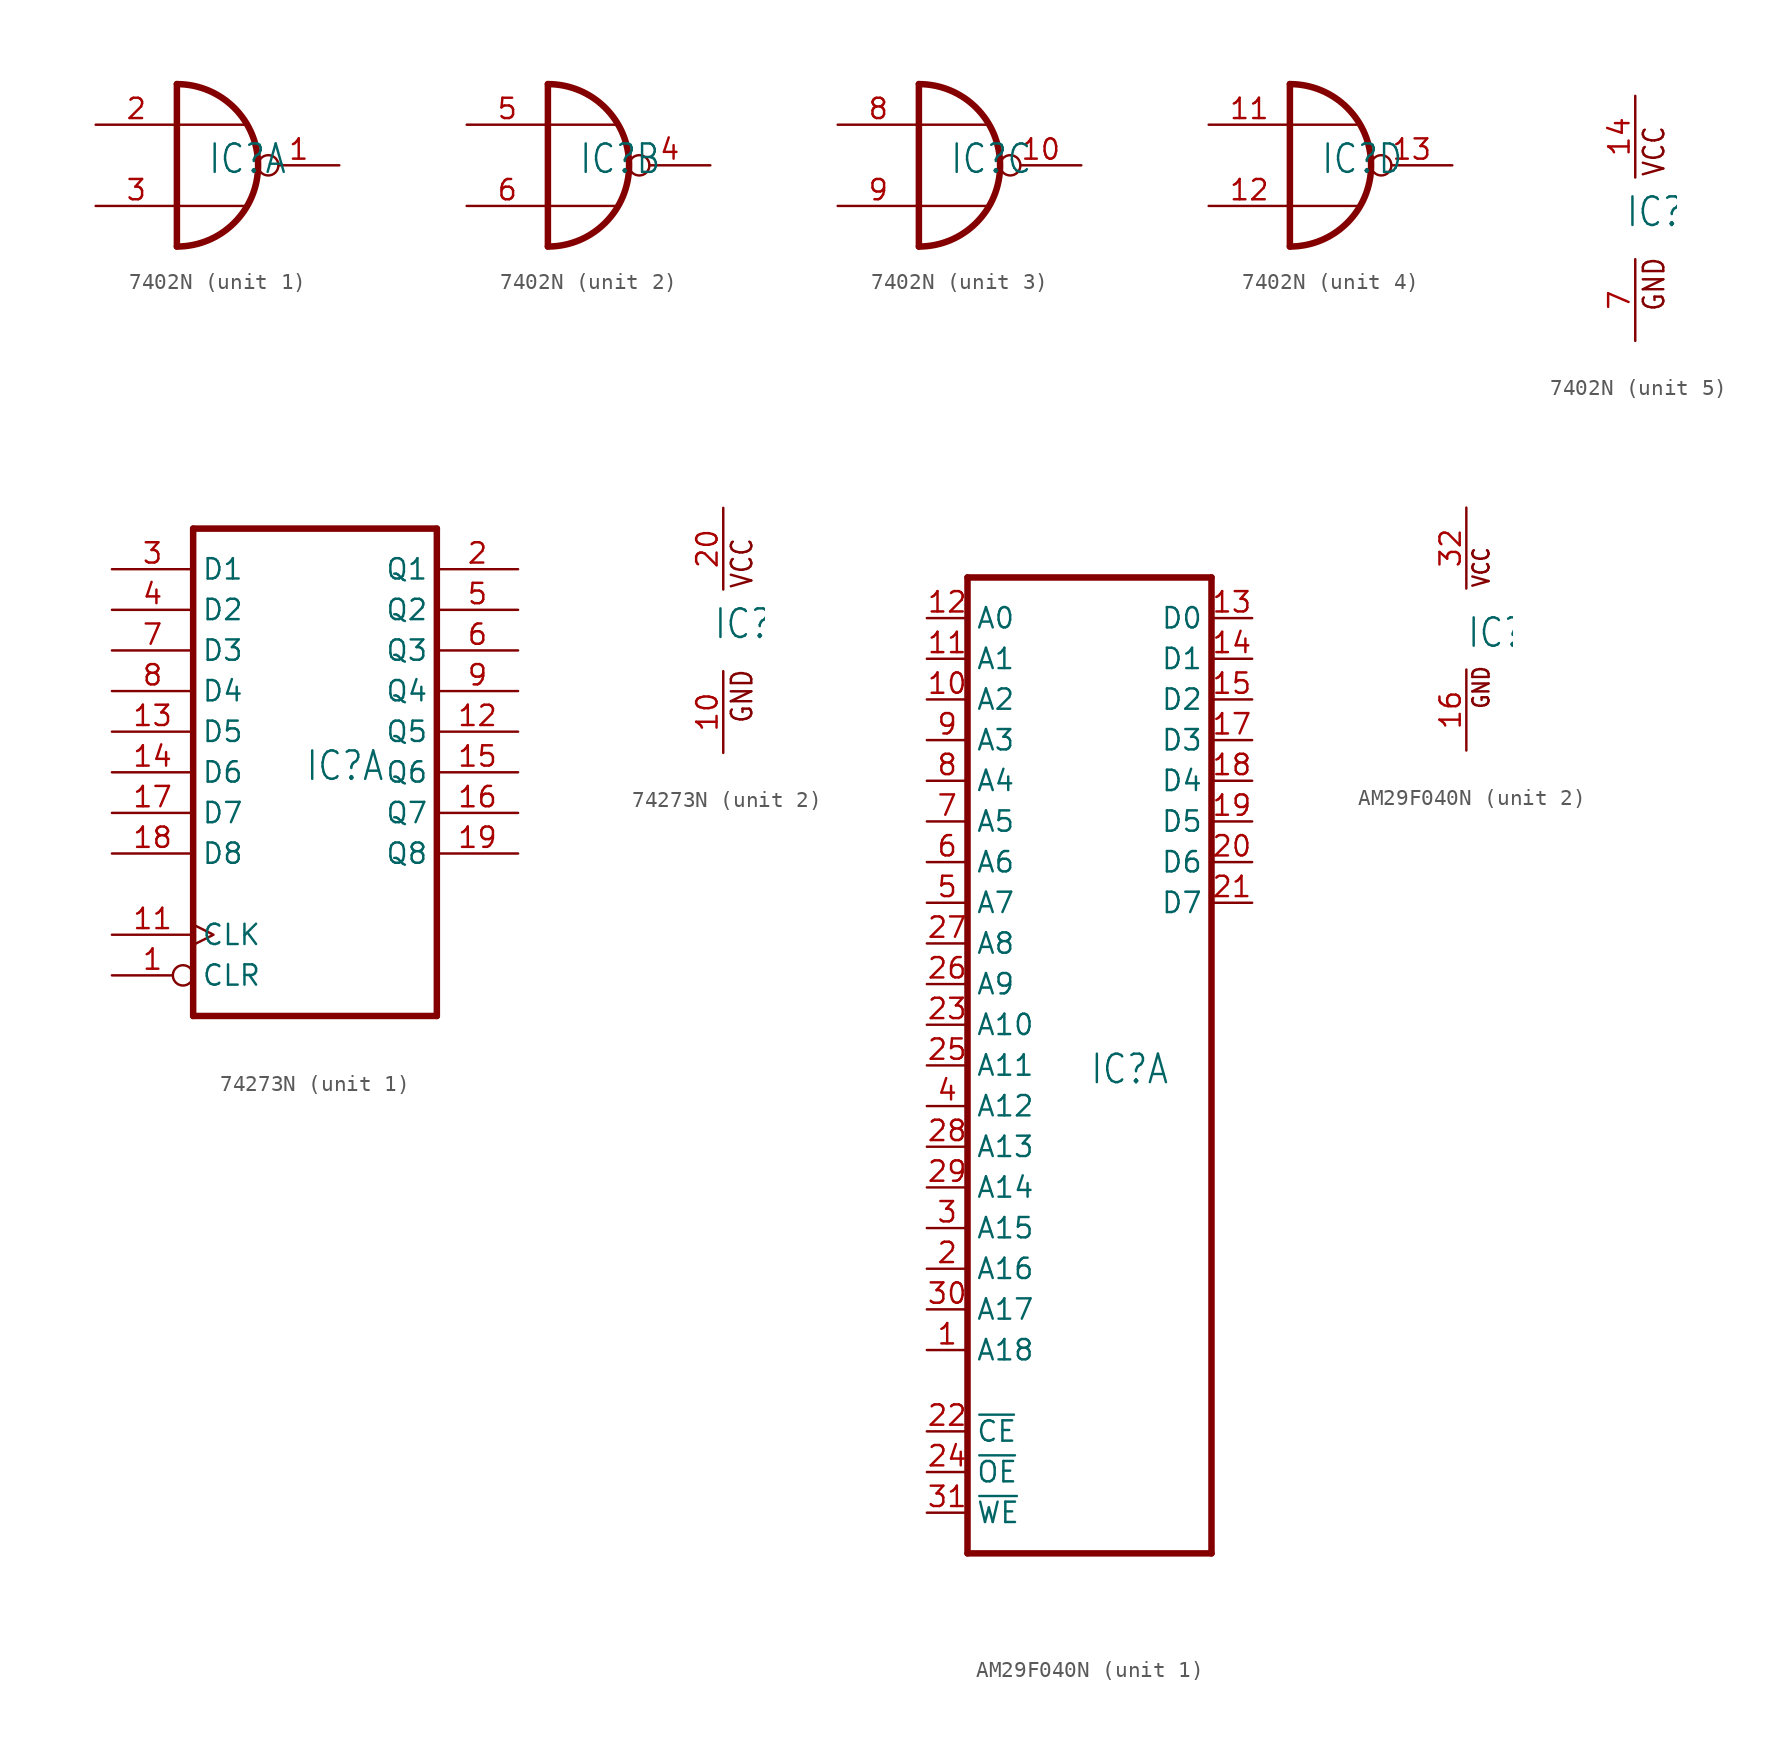
<source format=kicad_sym>
(kicad_symbol_lib
  (version 20211014)
  (generator kicad_symbol_editor)
  (symbol "7402N"
    (property "Reference" "IC"
      (at -0.635 -0.635 0)
      (effects (font (size 1.778 1.511)) (justify left bottom)))
    (property "ki_locked" ""
      (at 0 0 0)
      (effects (font (size 1.27 1.27))))
    (symbol "7402N_1_0"
      (arc (start -2.54 -5.08) (mid 2.54 0) (end -2.54 5.08) (stroke (width 0.4064) (type default) (color 0 0 0 0)) (fill (type none)))
      (polyline (pts (xy -2.54 -2.54) (xy -2.54 -5.08)) (stroke (width 0.406) (type default) (color 0 0 0 0)) (fill (type none)))
      (polyline (pts (xy -2.54 5.08) (xy -2.54 -2.54)) (stroke (width 0.406) (type default) (color 0 0 0 0)) (fill (type none)))
      (polyline (pts (xy 1.778 -2.54) (xy -2.54 -2.54)) (stroke (width 0.152) (type default) (color 0 0 0 0)) (fill (type none)))
      (polyline (pts (xy 1.778 2.54) (xy -2.54 2.54)) (stroke (width 0.152) (type default) (color 0 0 0 0)) (fill (type none)))
      (pin output inverted (at 7.62 0 180) (length 5.08) (name "O" (effects (font (size 0 0)))) (number "1" (effects (font (size 1.27 1.27)))))
      (pin input line (at -7.62 2.54 0) (length 5.08) (name "I0" (effects (font (size 0 0)))) (number "2" (effects (font (size 1.27 1.27)))))
      (pin input line (at -7.62 -2.54 0) (length 5.08) (name "I1" (effects (font (size 0 0)))) (number "3" (effects (font (size 1.27 1.27))))))
    (symbol "7402N_2_0"
      (arc (start -2.54 -5.08) (mid 2.54 0) (end -2.54 5.08) (stroke (width 0.4064) (type default) (color 0 0 0 0)) (fill (type none)))
      (polyline (pts (xy -2.54 -2.54) (xy -2.54 -5.08)) (stroke (width 0.406) (type default) (color 0 0 0 0)) (fill (type none)))
      (polyline (pts (xy -2.54 5.08) (xy -2.54 -2.54)) (stroke (width 0.406) (type default) (color 0 0 0 0)) (fill (type none)))
      (polyline (pts (xy 1.778 -2.54) (xy -2.54 -2.54)) (stroke (width 0.152) (type default) (color 0 0 0 0)) (fill (type none)))
      (polyline (pts (xy 1.778 2.54) (xy -2.54 2.54)) (stroke (width 0.152) (type default) (color 0 0 0 0)) (fill (type none)))
      (pin output inverted (at 7.62 0 180) (length 5.08) (name "O" (effects (font (size 0 0)))) (number "4" (effects (font (size 1.27 1.27)))))
      (pin input line (at -7.62 2.54 0) (length 5.08) (name "I0" (effects (font (size 0 0)))) (number "5" (effects (font (size 1.27 1.27)))))
      (pin input line (at -7.62 -2.54 0) (length 5.08) (name "I1" (effects (font (size 0 0)))) (number "6" (effects (font (size 1.27 1.27))))))
    (symbol "7402N_3_0"
      (arc (start -2.54 -5.08) (mid 2.54 0) (end -2.54 5.08) (stroke (width 0.4064) (type default) (color 0 0 0 0)) (fill (type none)))
      (polyline (pts (xy -2.54 -2.54) (xy -2.54 -5.08)) (stroke (width 0.406) (type default) (color 0 0 0 0)) (fill (type none)))
      (polyline (pts (xy -2.54 5.08) (xy -2.54 -2.54)) (stroke (width 0.406) (type default) (color 0 0 0 0)) (fill (type none)))
      (polyline (pts (xy 1.778 -2.54) (xy -2.54 -2.54)) (stroke (width 0.152) (type default) (color 0 0 0 0)) (fill (type none)))
      (polyline (pts (xy 1.778 2.54) (xy -2.54 2.54)) (stroke (width 0.152) (type default) (color 0 0 0 0)) (fill (type none)))
      (pin output inverted (at 7.62 0 180) (length 5.08) (name "O" (effects (font (size 0 0)))) (number "10" (effects (font (size 1.27 1.27)))))
      (pin input line (at -7.62 2.54 0) (length 5.08) (name "I0" (effects (font (size 0 0)))) (number "8" (effects (font (size 1.27 1.27)))))
      (pin input line (at -7.62 -2.54 0) (length 5.08) (name "I1" (effects (font (size 0 0)))) (number "9" (effects (font (size 1.27 1.27))))))
    (symbol "7402N_4_0"
      (arc (start -2.54 -5.08) (mid 2.54 0) (end -2.54 5.08) (stroke (width 0.4064) (type default) (color 0 0 0 0)) (fill (type none)))
      (polyline (pts (xy -2.54 -2.54) (xy -2.54 -5.08)) (stroke (width 0.406) (type default) (color 0 0 0 0)) (fill (type none)))
      (polyline (pts (xy -2.54 5.08) (xy -2.54 -2.54)) (stroke (width 0.406) (type default) (color 0 0 0 0)) (fill (type none)))
      (polyline (pts (xy 1.778 -2.54) (xy -2.54 -2.54)) (stroke (width 0.152) (type default) (color 0 0 0 0)) (fill (type none)))
      (polyline (pts (xy 1.778 2.54) (xy -2.54 2.54)) (stroke (width 0.152) (type default) (color 0 0 0 0)) (fill (type none)))
      (pin input line (at -7.62 2.54 0) (length 5.08) (name "I0" (effects (font (size 0 0)))) (number "11" (effects (font (size 1.27 1.27)))))
      (pin input line (at -7.62 -2.54 0) (length 5.08) (name "I1" (effects (font (size 0 0)))) (number "12" (effects (font (size 1.27 1.27)))))
      (pin output inverted (at 7.62 0 180) (length 5.08) (name "O" (effects (font (size 0 0)))) (number "13" (effects (font (size 1.27 1.27))))))
    (symbol "7402N_5_0"
      (text "GND" (at 1.905 -5.842 900) (effects (font (size 1.27 1.079)) (justify left bottom)))
      (text "VCC" (at 1.905 2.54 900) (effects (font (size 1.27 1.079)) (justify left bottom)))
      (pin power_in line (at 0 7.62 270) (length 5.08) (name "VCC" (effects (font (size 0 0)))) (number "14" (effects (font (size 1.27 1.27)))))
      (pin power_in line (at 0 -7.62 90) (length 5.08) (name "GND" (effects (font (size 0 0)))) (number "7" (effects (font (size 1.27 1.27)))))))
  (symbol "74273N"
    (property "Reference" "IC"
      (at -0.635 -0.635 0)
      (effects (font (size 1.778 1.511)) (justify left bottom)))
    (property "ki_locked" ""
      (at 0 0 0)
      (effects (font (size 1.27 1.27))))
    (symbol "74273N_1_0"
      (polyline (pts (xy -7.62 -15.24) (xy 7.62 -15.24)) (stroke (width 0.406) (type default) (color 0 0 0 0)) (fill (type none)))
      (polyline (pts (xy -7.62 15.24) (xy -7.62 -15.24)) (stroke (width 0.406) (type default) (color 0 0 0 0)) (fill (type none)))
      (polyline (pts (xy 7.62 -15.24) (xy 7.62 15.24)) (stroke (width 0.406) (type default) (color 0 0 0 0)) (fill (type none)))
      (polyline (pts (xy 7.62 15.24) (xy -7.62 15.24)) (stroke (width 0.406) (type default) (color 0 0 0 0)) (fill (type none)))
      (pin input inverted (at -12.7 -12.7 0) (length 5.08) (name "CLR" (effects (font (size 1.27 1.27)))) (number "1" (effects (font (size 1.27 1.27)))))
      (pin input clock (at -12.7 -10.16 0) (length 5.08) (name "CLK" (effects (font (size 1.27 1.27)))) (number "11" (effects (font (size 1.27 1.27)))))
      (pin output line (at 12.7 2.54 180) (length 5.08) (name "Q5" (effects (font (size 1.27 1.27)))) (number "12" (effects (font (size 1.27 1.27)))))
      (pin input line (at -12.7 2.54 0) (length 5.08) (name "D5" (effects (font (size 1.27 1.27)))) (number "13" (effects (font (size 1.27 1.27)))))
      (pin input line (at -12.7 0 0) (length 5.08) (name "D6" (effects (font (size 1.27 1.27)))) (number "14" (effects (font (size 1.27 1.27)))))
      (pin output line (at 12.7 0 180) (length 5.08) (name "Q6" (effects (font (size 1.27 1.27)))) (number "15" (effects (font (size 1.27 1.27)))))
      (pin output line (at 12.7 -2.54 180) (length 5.08) (name "Q7" (effects (font (size 1.27 1.27)))) (number "16" (effects (font (size 1.27 1.27)))))
      (pin input line (at -12.7 -2.54 0) (length 5.08) (name "D7" (effects (font (size 1.27 1.27)))) (number "17" (effects (font (size 1.27 1.27)))))
      (pin input line (at -12.7 -5.08 0) (length 5.08) (name "D8" (effects (font (size 1.27 1.27)))) (number "18" (effects (font (size 1.27 1.27)))))
      (pin output line (at 12.7 -5.08 180) (length 5.08) (name "Q8" (effects (font (size 1.27 1.27)))) (number "19" (effects (font (size 1.27 1.27)))))
      (pin output line (at 12.7 12.7 180) (length 5.08) (name "Q1" (effects (font (size 1.27 1.27)))) (number "2" (effects (font (size 1.27 1.27)))))
      (pin input line (at -12.7 12.7 0) (length 5.08) (name "D1" (effects (font (size 1.27 1.27)))) (number "3" (effects (font (size 1.27 1.27)))))
      (pin input line (at -12.7 10.16 0) (length 5.08) (name "D2" (effects (font (size 1.27 1.27)))) (number "4" (effects (font (size 1.27 1.27)))))
      (pin output line (at 12.7 10.16 180) (length 5.08) (name "Q2" (effects (font (size 1.27 1.27)))) (number "5" (effects (font (size 1.27 1.27)))))
      (pin output line (at 12.7 7.62 180) (length 5.08) (name "Q3" (effects (font (size 1.27 1.27)))) (number "6" (effects (font (size 1.27 1.27)))))
      (pin input line (at -12.7 7.62 0) (length 5.08) (name "D3" (effects (font (size 1.27 1.27)))) (number "7" (effects (font (size 1.27 1.27)))))
      (pin input line (at -12.7 5.08 0) (length 5.08) (name "D4" (effects (font (size 1.27 1.27)))) (number "8" (effects (font (size 1.27 1.27)))))
      (pin output line (at 12.7 5.08 180) (length 5.08) (name "Q4" (effects (font (size 1.27 1.27)))) (number "9" (effects (font (size 1.27 1.27))))))
    (symbol "74273N_2_0"
      (text "GND" (at 1.905 -5.842 900) (effects (font (size 1.27 1.079)) (justify left bottom)))
      (text "VCC" (at 1.905 2.54 900) (effects (font (size 1.27 1.079)) (justify left bottom)))
      (pin power_in line (at 0 -7.62 90) (length 5.08) (name "GND" (effects (font (size 0 0)))) (number "10" (effects (font (size 1.27 1.27)))))
      (pin power_in line (at 0 7.62 270) (length 5.08) (name "VCC" (effects (font (size 0 0)))) (number "20" (effects (font (size 1.27 1.27)))))))
  (symbol "AM29F040N"
    (property "Reference" "IC"
      (at 0 -1.27 0)
      (effects (font (size 1.778 1.511)) (justify left bottom)))
    (property "ki_locked" ""
      (at 0 0 0)
      (effects (font (size 1.27 1.27))))
    (symbol "AM29F040N_1_0"
      (polyline (pts (xy -7.62 -30.48) (xy 7.62 -30.48)) (stroke (width 0.406) (type default) (color 0 0 0 0)) (fill (type none)))
      (polyline (pts (xy -7.62 30.48) (xy -7.62 -30.48)) (stroke (width 0.406) (type default) (color 0 0 0 0)) (fill (type none)))
      (polyline (pts (xy 7.62 -30.48) (xy 7.62 30.48)) (stroke (width 0.406) (type default) (color 0 0 0 0)) (fill (type none)))
      (polyline (pts (xy 7.62 30.48) (xy -7.62 30.48)) (stroke (width 0.406) (type default) (color 0 0 0 0)) (fill (type none)))
      (pin input line (at -10.16 -17.78 0) (length 2.54) (name "A18" (effects (font (size 1.27 1.27)))) (number "1" (effects (font (size 1.27 1.27)))))
      (pin input line (at -10.16 22.86 0) (length 2.54) (name "A2" (effects (font (size 1.27 1.27)))) (number "10" (effects (font (size 1.27 1.27)))))
      (pin input line (at -10.16 25.4 0) (length 2.54) (name "A1" (effects (font (size 1.27 1.27)))) (number "11" (effects (font (size 1.27 1.27)))))
      (pin input line (at -10.16 27.94 0) (length 2.54) (name "A0" (effects (font (size 1.27 1.27)))) (number "12" (effects (font (size 1.27 1.27)))))
      (pin tri_state line (at 10.16 27.94 180) (length 2.54) (name "D0" (effects (font (size 1.27 1.27)))) (number "13" (effects (font (size 1.27 1.27)))))
      (pin tri_state line (at 10.16 25.4 180) (length 2.54) (name "D1" (effects (font (size 1.27 1.27)))) (number "14" (effects (font (size 1.27 1.27)))))
      (pin tri_state line (at 10.16 22.86 180) (length 2.54) (name "D2" (effects (font (size 1.27 1.27)))) (number "15" (effects (font (size 1.27 1.27)))))
      (pin tri_state line (at 10.16 20.32 180) (length 2.54) (name "D3" (effects (font (size 1.27 1.27)))) (number "17" (effects (font (size 1.27 1.27)))))
      (pin tri_state line (at 10.16 17.78 180) (length 2.54) (name "D4" (effects (font (size 1.27 1.27)))) (number "18" (effects (font (size 1.27 1.27)))))
      (pin tri_state line (at 10.16 15.24 180) (length 2.54) (name "D5" (effects (font (size 1.27 1.27)))) (number "19" (effects (font (size 1.27 1.27)))))
      (pin input line (at -10.16 -12.7 0) (length 2.54) (name "A16" (effects (font (size 1.27 1.27)))) (number "2" (effects (font (size 1.27 1.27)))))
      (pin tri_state line (at 10.16 12.7 180) (length 2.54) (name "D6" (effects (font (size 1.27 1.27)))) (number "20" (effects (font (size 1.27 1.27)))))
      (pin tri_state line (at 10.16 10.16 180) (length 2.54) (name "D7" (effects (font (size 1.27 1.27)))) (number "21" (effects (font (size 1.27 1.27)))))
      (pin input line (at -10.16 -22.86 0) (length 2.54) (name "~{CE}" (effects (font (size 1.27 1.27)))) (number "22" (effects (font (size 1.27 1.27)))))
      (pin input line (at -10.16 2.54 0) (length 2.54) (name "A10" (effects (font (size 1.27 1.27)))) (number "23" (effects (font (size 1.27 1.27)))))
      (pin input line (at -10.16 -25.4 0) (length 2.54) (name "~{OE}" (effects (font (size 1.27 1.27)))) (number "24" (effects (font (size 1.27 1.27)))))
      (pin input line (at -10.16 0 0) (length 2.54) (name "A11" (effects (font (size 1.27 1.27)))) (number "25" (effects (font (size 1.27 1.27)))))
      (pin input line (at -10.16 5.08 0) (length 2.54) (name "A9" (effects (font (size 1.27 1.27)))) (number "26" (effects (font (size 1.27 1.27)))))
      (pin input line (at -10.16 7.62 0) (length 2.54) (name "A8" (effects (font (size 1.27 1.27)))) (number "27" (effects (font (size 1.27 1.27)))))
      (pin input line (at -10.16 -5.08 0) (length 2.54) (name "A13" (effects (font (size 1.27 1.27)))) (number "28" (effects (font (size 1.27 1.27)))))
      (pin input line (at -10.16 -7.62 0) (length 2.54) (name "A14" (effects (font (size 1.27 1.27)))) (number "29" (effects (font (size 1.27 1.27)))))
      (pin input line (at -10.16 -10.16 0) (length 2.54) (name "A15" (effects (font (size 1.27 1.27)))) (number "3" (effects (font (size 1.27 1.27)))))
      (pin input line (at -10.16 -15.24 0) (length 2.54) (name "A17" (effects (font (size 1.27 1.27)))) (number "30" (effects (font (size 1.27 1.27)))))
      (pin input line (at -10.16 -27.94 0) (length 2.54) (name "~{WE}" (effects (font (size 1.27 1.27)))) (number "31" (effects (font (size 1.27 1.27)))))
      (pin input line (at -10.16 -2.54 0) (length 2.54) (name "A12" (effects (font (size 1.27 1.27)))) (number "4" (effects (font (size 1.27 1.27)))))
      (pin input line (at -10.16 10.16 0) (length 2.54) (name "A7" (effects (font (size 1.27 1.27)))) (number "5" (effects (font (size 1.27 1.27)))))
      (pin input line (at -10.16 12.7 0) (length 2.54) (name "A6" (effects (font (size 1.27 1.27)))) (number "6" (effects (font (size 1.27 1.27)))))
      (pin input line (at -10.16 15.24 0) (length 2.54) (name "A5" (effects (font (size 1.27 1.27)))) (number "7" (effects (font (size 1.27 1.27)))))
      (pin input line (at -10.16 17.78 0) (length 2.54) (name "A4" (effects (font (size 1.27 1.27)))) (number "8" (effects (font (size 1.27 1.27)))))
      (pin input line (at -10.16 20.32 0) (length 2.54) (name "A3" (effects (font (size 1.27 1.27)))) (number "9" (effects (font (size 1.27 1.27))))))
    (symbol "AM29F040N_2_0"
      (text "GND" (at 1.524 -5.08 900) (effects (font (size 1.016 0.864)) (justify left bottom)))
      (text "VCC" (at 1.524 2.54 900) (effects (font (size 1.016 0.864)) (justify left bottom)))
      (pin power_in line (at 0 -7.62 90) (length 5.08) (name "GND" (effects (font (size 0 0)))) (number "16" (effects (font (size 1.27 1.27)))))
      (pin power_in line (at 0 7.62 270) (length 5.08) (name "VCC" (effects (font (size 0 0)))) (number "32" (effects (font (size 1.27 1.27))))))))
</source>
